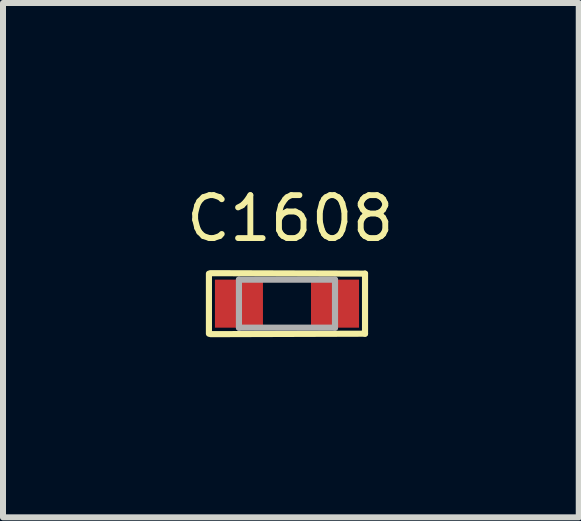
<source format=kicad_pcb>
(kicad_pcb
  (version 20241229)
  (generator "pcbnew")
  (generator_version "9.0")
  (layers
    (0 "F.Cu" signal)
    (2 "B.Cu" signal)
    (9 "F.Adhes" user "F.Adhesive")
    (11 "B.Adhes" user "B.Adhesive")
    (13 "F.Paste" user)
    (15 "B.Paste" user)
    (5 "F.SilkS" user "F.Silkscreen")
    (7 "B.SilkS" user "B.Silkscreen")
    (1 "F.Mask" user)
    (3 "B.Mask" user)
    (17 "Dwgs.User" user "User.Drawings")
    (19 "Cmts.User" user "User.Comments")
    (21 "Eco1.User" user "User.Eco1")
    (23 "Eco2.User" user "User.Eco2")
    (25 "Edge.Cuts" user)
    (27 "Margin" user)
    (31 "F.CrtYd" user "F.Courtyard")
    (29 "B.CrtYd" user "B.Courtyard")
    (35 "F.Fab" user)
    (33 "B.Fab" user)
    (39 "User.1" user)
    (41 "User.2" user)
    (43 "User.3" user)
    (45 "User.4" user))
  (footprint "C1608"
    (layer "F.Cu")
    (at 1.73 2.008)
    (property "Reference" "C1608" (at -1.73 -1 0) (layer "F.SilkS") (effects (font (size 0.715 0.715) (thickness 0.098)) (justify left bottom)))
    (fp_line (start -1.3 -0.5) (end -1.3 0.5) (stroke (width 0.102) (type solid)) (layer "F.SilkS"))
    (fp_line (start -1.27 -0.508) (end 1.3 -0.5) (stroke (width 0.102) (type solid)) (layer "F.SilkS"))
    (fp_line (start 1.3 -0.5) (end 1.3 0.5) (stroke (width 0.102) (type solid)) (layer "F.SilkS"))
    (fp_line (start 1.3 0.5) (end -1.27 0.508) (stroke (width 0.102) (type solid)) (layer "F.SilkS"))
    (fp_line (start -0.8 -0.4) (end 0.8 -0.4) (stroke (width 0.102) (type solid)) (layer "F.Fab"))
    (fp_line (start -0.8 0.4) (end -0.8 -0.4) (stroke (width 0.102) (type solid)) (layer "F.Fab"))
    (fp_line (start -0.8 0.4) (end 0.8 0.4) (stroke (width 0.102) (type solid)) (layer "F.Fab"))
    (fp_line (start 0.8 0.4) (end 0.8 -0.4) (stroke (width 0.102) (type solid)) (layer "F.Fab"))
    (pad "1" smd rect (at -0.8 0) (size 0.8 0.8) (layers "F.Cu" "F.Mask" "F.Paste"))
    (pad "2" smd rect (at 0.8 0) (size 0.8 0.8) (layers "F.Cu" "F.Mask" "F.Paste")))
  (gr_rect
    (start -3 -3)
    (end 6.59 5.567)
    (stroke (width 0.1) (type default))
    (fill no)
    (layer "Edge.Cuts")))
</source>
